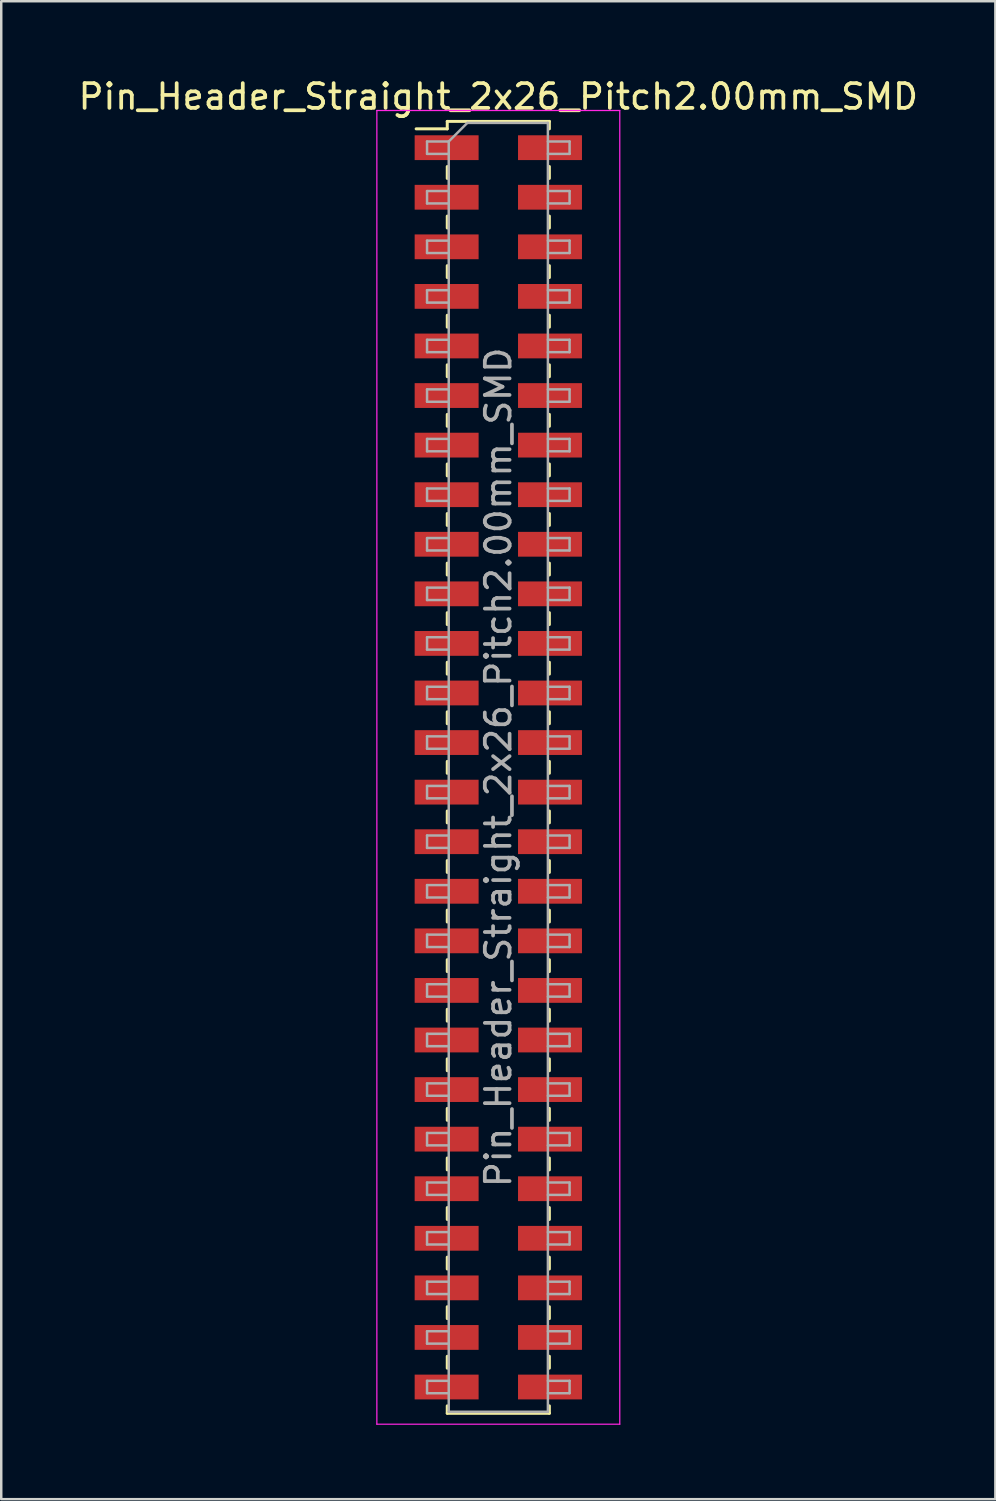
<source format=kicad_pcb>
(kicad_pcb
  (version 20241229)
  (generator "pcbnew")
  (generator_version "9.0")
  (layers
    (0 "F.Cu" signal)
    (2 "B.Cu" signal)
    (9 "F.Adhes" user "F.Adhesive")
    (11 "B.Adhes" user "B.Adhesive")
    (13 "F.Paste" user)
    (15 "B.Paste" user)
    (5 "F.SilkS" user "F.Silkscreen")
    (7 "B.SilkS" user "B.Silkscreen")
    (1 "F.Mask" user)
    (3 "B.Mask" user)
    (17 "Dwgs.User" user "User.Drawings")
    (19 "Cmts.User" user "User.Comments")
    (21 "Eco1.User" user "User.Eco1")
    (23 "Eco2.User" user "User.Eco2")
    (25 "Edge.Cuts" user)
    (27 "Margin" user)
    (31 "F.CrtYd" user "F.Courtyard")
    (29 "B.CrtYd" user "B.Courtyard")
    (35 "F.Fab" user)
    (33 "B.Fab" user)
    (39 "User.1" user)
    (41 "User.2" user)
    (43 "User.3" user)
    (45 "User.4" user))
  (footprint "Pin_Header_Straight_2x26_Pitch2.00mm_SMD"
    (layer "F.Cu")
    (at 17.054 27.908)
    (property "Reference" "Pin_Header_Straight_2x26_Pitch2.00mm_SMD" (at 0 -27.06 0) (layer "F.SilkS") (effects (font (size 1 1) (thickness 0.15))))
    (attr smd)
    (fp_line (start -3.315 -25.76) (end -2.06 -25.76) (stroke (width 0.12) (type solid)) (layer "F.SilkS"))
    (fp_line (start -2.06 -26.06) (end -2.06 -25.76) (stroke (width 0.12) (type solid)) (layer "F.SilkS"))
    (fp_line (start -2.06 -26.06) (end 2.06 -26.06) (stroke (width 0.12) (type solid)) (layer "F.SilkS"))
    (fp_line (start -2.06 -24.24) (end -2.06 -23.76) (stroke (width 0.12) (type solid)) (layer "F.SilkS"))
    (fp_line (start -2.06 -22.24) (end -2.06 -21.76) (stroke (width 0.12) (type solid)) (layer "F.SilkS"))
    (fp_line (start -2.06 -20.24) (end -2.06 -19.76) (stroke (width 0.12) (type solid)) (layer "F.SilkS"))
    (fp_line (start -2.06 -18.24) (end -2.06 -17.76) (stroke (width 0.12) (type solid)) (layer "F.SilkS"))
    (fp_line (start -2.06 -16.24) (end -2.06 -15.76) (stroke (width 0.12) (type solid)) (layer "F.SilkS"))
    (fp_line (start -2.06 -14.24) (end -2.06 -13.76) (stroke (width 0.12) (type solid)) (layer "F.SilkS"))
    (fp_line (start -2.06 -12.24) (end -2.06 -11.76) (stroke (width 0.12) (type solid)) (layer "F.SilkS"))
    (fp_line (start -2.06 -10.24) (end -2.06 -9.76) (stroke (width 0.12) (type solid)) (layer "F.SilkS"))
    (fp_line (start -2.06 -8.24) (end -2.06 -7.76) (stroke (width 0.12) (type solid)) (layer "F.SilkS"))
    (fp_line (start -2.06 -6.24) (end -2.06 -5.76) (stroke (width 0.12) (type solid)) (layer "F.SilkS"))
    (fp_line (start -2.06 -4.24) (end -2.06 -3.76) (stroke (width 0.12) (type solid)) (layer "F.SilkS"))
    (fp_line (start -2.06 -2.24) (end -2.06 -1.76) (stroke (width 0.12) (type solid)) (layer "F.SilkS"))
    (fp_line (start -2.06 -0.24) (end -2.06 0.24) (stroke (width 0.12) (type solid)) (layer "F.SilkS"))
    (fp_line (start -2.06 1.76) (end -2.06 2.24) (stroke (width 0.12) (type solid)) (layer "F.SilkS"))
    (fp_line (start -2.06 3.76) (end -2.06 4.24) (stroke (width 0.12) (type solid)) (layer "F.SilkS"))
    (fp_line (start -2.06 5.76) (end -2.06 6.24) (stroke (width 0.12) (type solid)) (layer "F.SilkS"))
    (fp_line (start -2.06 7.76) (end -2.06 8.24) (stroke (width 0.12) (type solid)) (layer "F.SilkS"))
    (fp_line (start -2.06 9.76) (end -2.06 10.24) (stroke (width 0.12) (type solid)) (layer "F.SilkS"))
    (fp_line (start -2.06 11.76) (end -2.06 12.24) (stroke (width 0.12) (type solid)) (layer "F.SilkS"))
    (fp_line (start -2.06 13.76) (end -2.06 14.24) (stroke (width 0.12) (type solid)) (layer "F.SilkS"))
    (fp_line (start -2.06 15.76) (end -2.06 16.24) (stroke (width 0.12) (type solid)) (layer "F.SilkS"))
    (fp_line (start -2.06 17.76) (end -2.06 18.24) (stroke (width 0.12) (type solid)) (layer "F.SilkS"))
    (fp_line (start -2.06 19.76) (end -2.06 20.24) (stroke (width 0.12) (type solid)) (layer "F.SilkS"))
    (fp_line (start -2.06 21.76) (end -2.06 22.24) (stroke (width 0.12) (type solid)) (layer "F.SilkS"))
    (fp_line (start -2.06 23.76) (end -2.06 24.24) (stroke (width 0.12) (type solid)) (layer "F.SilkS"))
    (fp_line (start -2.06 25.76) (end -2.06 26.06) (stroke (width 0.12) (type solid)) (layer "F.SilkS"))
    (fp_line (start -2.06 26.06) (end 2.06 26.06) (stroke (width 0.12) (type solid)) (layer "F.SilkS"))
    (fp_line (start 2.06 -26.06) (end 2.06 -25.76) (stroke (width 0.12) (type solid)) (layer "F.SilkS"))
    (fp_line (start 2.06 -24.24) (end 2.06 -23.76) (stroke (width 0.12) (type solid)) (layer "F.SilkS"))
    (fp_line (start 2.06 -22.24) (end 2.06 -21.76) (stroke (width 0.12) (type solid)) (layer "F.SilkS"))
    (fp_line (start 2.06 -20.24) (end 2.06 -19.76) (stroke (width 0.12) (type solid)) (layer "F.SilkS"))
    (fp_line (start 2.06 -18.24) (end 2.06 -17.76) (stroke (width 0.12) (type solid)) (layer "F.SilkS"))
    (fp_line (start 2.06 -16.24) (end 2.06 -15.76) (stroke (width 0.12) (type solid)) (layer "F.SilkS"))
    (fp_line (start 2.06 -14.24) (end 2.06 -13.76) (stroke (width 0.12) (type solid)) (layer "F.SilkS"))
    (fp_line (start 2.06 -12.24) (end 2.06 -11.76) (stroke (width 0.12) (type solid)) (layer "F.SilkS"))
    (fp_line (start 2.06 -10.24) (end 2.06 -9.76) (stroke (width 0.12) (type solid)) (layer "F.SilkS"))
    (fp_line (start 2.06 -8.24) (end 2.06 -7.76) (stroke (width 0.12) (type solid)) (layer "F.SilkS"))
    (fp_line (start 2.06 -6.24) (end 2.06 -5.76) (stroke (width 0.12) (type solid)) (layer "F.SilkS"))
    (fp_line (start 2.06 -4.24) (end 2.06 -3.76) (stroke (width 0.12) (type solid)) (layer "F.SilkS"))
    (fp_line (start 2.06 -2.24) (end 2.06 -1.76) (stroke (width 0.12) (type solid)) (layer "F.SilkS"))
    (fp_line (start 2.06 -0.24) (end 2.06 0.24) (stroke (width 0.12) (type solid)) (layer "F.SilkS"))
    (fp_line (start 2.06 1.76) (end 2.06 2.24) (stroke (width 0.12) (type solid)) (layer "F.SilkS"))
    (fp_line (start 2.06 3.76) (end 2.06 4.24) (stroke (width 0.12) (type solid)) (layer "F.SilkS"))
    (fp_line (start 2.06 5.76) (end 2.06 6.24) (stroke (width 0.12) (type solid)) (layer "F.SilkS"))
    (fp_line (start 2.06 7.76) (end 2.06 8.24) (stroke (width 0.12) (type solid)) (layer "F.SilkS"))
    (fp_line (start 2.06 9.76) (end 2.06 10.24) (stroke (width 0.12) (type solid)) (layer "F.SilkS"))
    (fp_line (start 2.06 11.76) (end 2.06 12.24) (stroke (width 0.12) (type solid)) (layer "F.SilkS"))
    (fp_line (start 2.06 13.76) (end 2.06 14.24) (stroke (width 0.12) (type solid)) (layer "F.SilkS"))
    (fp_line (start 2.06 15.76) (end 2.06 16.24) (stroke (width 0.12) (type solid)) (layer "F.SilkS"))
    (fp_line (start 2.06 17.76) (end 2.06 18.24) (stroke (width 0.12) (type solid)) (layer "F.SilkS"))
    (fp_line (start 2.06 19.76) (end 2.06 20.24) (stroke (width 0.12) (type solid)) (layer "F.SilkS"))
    (fp_line (start 2.06 21.76) (end 2.06 22.24) (stroke (width 0.12) (type solid)) (layer "F.SilkS"))
    (fp_line (start 2.06 23.76) (end 2.06 24.24) (stroke (width 0.12) (type solid)) (layer "F.SilkS"))
    (fp_line (start 2.06 25.76) (end 2.06 26.06) (stroke (width 0.12) (type solid)) (layer "F.SilkS"))
    (fp_line (start -4.9 -26.5) (end -4.9 26.5) (stroke (width 0.05) (type solid)) (layer "F.CrtYd"))
    (fp_line (start -4.9 26.5) (end 4.9 26.5) (stroke (width 0.05) (type solid)) (layer "F.CrtYd"))
    (fp_line (start 4.9 -26.5) (end -4.9 -26.5) (stroke (width 0.05) (type solid)) (layer "F.CrtYd"))
    (fp_line (start 4.9 26.5) (end 4.9 -26.5) (stroke (width 0.05) (type solid)) (layer "F.CrtYd"))
    (fp_line (start -2.875 -25.25) (end -2.875 -24.75) (stroke (width 0.1) (type solid)) (layer "F.Fab"))
    (fp_line (start -2.875 -24.75) (end -2 -24.75) (stroke (width 0.1) (type solid)) (layer "F.Fab"))
    (fp_line (start -2.875 -23.25) (end -2.875 -22.75) (stroke (width 0.1) (type solid)) (layer "F.Fab"))
    (fp_line (start -2.875 -22.75) (end -2 -22.75) (stroke (width 0.1) (type solid)) (layer "F.Fab"))
    (fp_line (start -2.875 -21.25) (end -2.875 -20.75) (stroke (width 0.1) (type solid)) (layer "F.Fab"))
    (fp_line (start -2.875 -20.75) (end -2 -20.75) (stroke (width 0.1) (type solid)) (layer "F.Fab"))
    (fp_line (start -2.875 -19.25) (end -2.875 -18.75) (stroke (width 0.1) (type solid)) (layer "F.Fab"))
    (fp_line (start -2.875 -18.75) (end -2 -18.75) (stroke (width 0.1) (type solid)) (layer "F.Fab"))
    (fp_line (start -2.875 -17.25) (end -2.875 -16.75) (stroke (width 0.1) (type solid)) (layer "F.Fab"))
    (fp_line (start -2.875 -16.75) (end -2 -16.75) (stroke (width 0.1) (type solid)) (layer "F.Fab"))
    (fp_line (start -2.875 -15.25) (end -2.875 -14.75) (stroke (width 0.1) (type solid)) (layer "F.Fab"))
    (fp_line (start -2.875 -14.75) (end -2 -14.75) (stroke (width 0.1) (type solid)) (layer "F.Fab"))
    (fp_line (start -2.875 -13.25) (end -2.875 -12.75) (stroke (width 0.1) (type solid)) (layer "F.Fab"))
    (fp_line (start -2.875 -12.75) (end -2 -12.75) (stroke (width 0.1) (type solid)) (layer "F.Fab"))
    (fp_line (start -2.875 -11.25) (end -2.875 -10.75) (stroke (width 0.1) (type solid)) (layer "F.Fab"))
    (fp_line (start -2.875 -10.75) (end -2 -10.75) (stroke (width 0.1) (type solid)) (layer "F.Fab"))
    (fp_line (start -2.875 -9.25) (end -2.875 -8.75) (stroke (width 0.1) (type solid)) (layer "F.Fab"))
    (fp_line (start -2.875 -8.75) (end -2 -8.75) (stroke (width 0.1) (type solid)) (layer "F.Fab"))
    (fp_line (start -2.875 -7.25) (end -2.875 -6.75) (stroke (width 0.1) (type solid)) (layer "F.Fab"))
    (fp_line (start -2.875 -6.75) (end -2 -6.75) (stroke (width 0.1) (type solid)) (layer "F.Fab"))
    (fp_line (start -2.875 -5.25) (end -2.875 -4.75) (stroke (width 0.1) (type solid)) (layer "F.Fab"))
    (fp_line (start -2.875 -4.75) (end -2 -4.75) (stroke (width 0.1) (type solid)) (layer "F.Fab"))
    (fp_line (start -2.875 -3.25) (end -2.875 -2.75) (stroke (width 0.1) (type solid)) (layer "F.Fab"))
    (fp_line (start -2.875 -2.75) (end -2 -2.75) (stroke (width 0.1) (type solid)) (layer "F.Fab"))
    (fp_line (start -2.875 -1.25) (end -2.875 -0.75) (stroke (width 0.1) (type solid)) (layer "F.Fab"))
    (fp_line (start -2.875 -0.75) (end -2 -0.75) (stroke (width 0.1) (type solid)) (layer "F.Fab"))
    (fp_line (start -2.875 0.75) (end -2.875 1.25) (stroke (width 0.1) (type solid)) (layer "F.Fab"))
    (fp_line (start -2.875 1.25) (end -2 1.25) (stroke (width 0.1) (type solid)) (layer "F.Fab"))
    (fp_line (start -2.875 2.75) (end -2.875 3.25) (stroke (width 0.1) (type solid)) (layer "F.Fab"))
    (fp_line (start -2.875 3.25) (end -2 3.25) (stroke (width 0.1) (type solid)) (layer "F.Fab"))
    (fp_line (start -2.875 4.75) (end -2.875 5.25) (stroke (width 0.1) (type solid)) (layer "F.Fab"))
    (fp_line (start -2.875 5.25) (end -2 5.25) (stroke (width 0.1) (type solid)) (layer "F.Fab"))
    (fp_line (start -2.875 6.75) (end -2.875 7.25) (stroke (width 0.1) (type solid)) (layer "F.Fab"))
    (fp_line (start -2.875 7.25) (end -2 7.25) (stroke (width 0.1) (type solid)) (layer "F.Fab"))
    (fp_line (start -2.875 8.75) (end -2.875 9.25) (stroke (width 0.1) (type solid)) (layer "F.Fab"))
    (fp_line (start -2.875 9.25) (end -2 9.25) (stroke (width 0.1) (type solid)) (layer "F.Fab"))
    (fp_line (start -2.875 10.75) (end -2.875 11.25) (stroke (width 0.1) (type solid)) (layer "F.Fab"))
    (fp_line (start -2.875 11.25) (end -2 11.25) (stroke (width 0.1) (type solid)) (layer "F.Fab"))
    (fp_line (start -2.875 12.75) (end -2.875 13.25) (stroke (width 0.1) (type solid)) (layer "F.Fab"))
    (fp_line (start -2.875 13.25) (end -2 13.25) (stroke (width 0.1) (type solid)) (layer "F.Fab"))
    (fp_line (start -2.875 14.75) (end -2.875 15.25) (stroke (width 0.1) (type solid)) (layer "F.Fab"))
    (fp_line (start -2.875 15.25) (end -2 15.25) (stroke (width 0.1) (type solid)) (layer "F.Fab"))
    (fp_line (start -2.875 16.75) (end -2.875 17.25) (stroke (width 0.1) (type solid)) (layer "F.Fab"))
    (fp_line (start -2.875 17.25) (end -2 17.25) (stroke (width 0.1) (type solid)) (layer "F.Fab"))
    (fp_line (start -2.875 18.75) (end -2.875 19.25) (stroke (width 0.1) (type solid)) (layer "F.Fab"))
    (fp_line (start -2.875 19.25) (end -2 19.25) (stroke (width 0.1) (type solid)) (layer "F.Fab"))
    (fp_line (start -2.875 20.75) (end -2.875 21.25) (stroke (width 0.1) (type solid)) (layer "F.Fab"))
    (fp_line (start -2.875 21.25) (end -2 21.25) (stroke (width 0.1) (type solid)) (layer "F.Fab"))
    (fp_line (start -2.875 22.75) (end -2.875 23.25) (stroke (width 0.1) (type solid)) (layer "F.Fab"))
    (fp_line (start -2.875 23.25) (end -2 23.25) (stroke (width 0.1) (type solid)) (layer "F.Fab"))
    (fp_line (start -2.875 24.75) (end -2.875 25.25) (stroke (width 0.1) (type solid)) (layer "F.Fab"))
    (fp_line (start -2.875 25.25) (end -2 25.25) (stroke (width 0.1) (type solid)) (layer "F.Fab"))
    (fp_line (start -2 -25.25) (end -2.875 -25.25) (stroke (width 0.1) (type solid)) (layer "F.Fab"))
    (fp_line (start -2 -25.25) (end -1.25 -26) (stroke (width 0.1) (type solid)) (layer "F.Fab"))
    (fp_line (start -2 -23.25) (end -2.875 -23.25) (stroke (width 0.1) (type solid)) (layer "F.Fab"))
    (fp_line (start -2 -21.25) (end -2.875 -21.25) (stroke (width 0.1) (type solid)) (layer "F.Fab"))
    (fp_line (start -2 -19.25) (end -2.875 -19.25) (stroke (width 0.1) (type solid)) (layer "F.Fab"))
    (fp_line (start -2 -17.25) (end -2.875 -17.25) (stroke (width 0.1) (type solid)) (layer "F.Fab"))
    (fp_line (start -2 -15.25) (end -2.875 -15.25) (stroke (width 0.1) (type solid)) (layer "F.Fab"))
    (fp_line (start -2 -13.25) (end -2.875 -13.25) (stroke (width 0.1) (type solid)) (layer "F.Fab"))
    (fp_line (start -2 -11.25) (end -2.875 -11.25) (stroke (width 0.1) (type solid)) (layer "F.Fab"))
    (fp_line (start -2 -9.25) (end -2.875 -9.25) (stroke (width 0.1) (type solid)) (layer "F.Fab"))
    (fp_line (start -2 -7.25) (end -2.875 -7.25) (stroke (width 0.1) (type solid)) (layer "F.Fab"))
    (fp_line (start -2 -5.25) (end -2.875 -5.25) (stroke (width 0.1) (type solid)) (layer "F.Fab"))
    (fp_line (start -2 -3.25) (end -2.875 -3.25) (stroke (width 0.1) (type solid)) (layer "F.Fab"))
    (fp_line (start -2 -1.25) (end -2.875 -1.25) (stroke (width 0.1) (type solid)) (layer "F.Fab"))
    (fp_line (start -2 0.75) (end -2.875 0.75) (stroke (width 0.1) (type solid)) (layer "F.Fab"))
    (fp_line (start -2 2.75) (end -2.875 2.75) (stroke (width 0.1) (type solid)) (layer "F.Fab"))
    (fp_line (start -2 4.75) (end -2.875 4.75) (stroke (width 0.1) (type solid)) (layer "F.Fab"))
    (fp_line (start -2 6.75) (end -2.875 6.75) (stroke (width 0.1) (type solid)) (layer "F.Fab"))
    (fp_line (start -2 8.75) (end -2.875 8.75) (stroke (width 0.1) (type solid)) (layer "F.Fab"))
    (fp_line (start -2 10.75) (end -2.875 10.75) (stroke (width 0.1) (type solid)) (layer "F.Fab"))
    (fp_line (start -2 12.75) (end -2.875 12.75) (stroke (width 0.1) (type solid)) (layer "F.Fab"))
    (fp_line (start -2 14.75) (end -2.875 14.75) (stroke (width 0.1) (type solid)) (layer "F.Fab"))
    (fp_line (start -2 16.75) (end -2.875 16.75) (stroke (width 0.1) (type solid)) (layer "F.Fab"))
    (fp_line (start -2 18.75) (end -2.875 18.75) (stroke (width 0.1) (type solid)) (layer "F.Fab"))
    (fp_line (start -2 20.75) (end -2.875 20.75) (stroke (width 0.1) (type solid)) (layer "F.Fab"))
    (fp_line (start -2 22.75) (end -2.875 22.75) (stroke (width 0.1) (type solid)) (layer "F.Fab"))
    (fp_line (start -2 24.75) (end -2.875 24.75) (stroke (width 0.1) (type solid)) (layer "F.Fab"))
    (fp_line (start -2 26) (end -2 -25.25) (stroke (width 0.1) (type solid)) (layer "F.Fab"))
    (fp_line (start -1.25 -26) (end 2 -26) (stroke (width 0.1) (type solid)) (layer "F.Fab"))
    (fp_line (start 2 -26) (end 2 26) (stroke (width 0.1) (type solid)) (layer "F.Fab"))
    (fp_line (start 2 -25.25) (end 2.875 -25.25) (stroke (width 0.1) (type solid)) (layer "F.Fab"))
    (fp_line (start 2 -23.25) (end 2.875 -23.25) (stroke (width 0.1) (type solid)) (layer "F.Fab"))
    (fp_line (start 2 -21.25) (end 2.875 -21.25) (stroke (width 0.1) (type solid)) (layer "F.Fab"))
    (fp_line (start 2 -19.25) (end 2.875 -19.25) (stroke (width 0.1) (type solid)) (layer "F.Fab"))
    (fp_line (start 2 -17.25) (end 2.875 -17.25) (stroke (width 0.1) (type solid)) (layer "F.Fab"))
    (fp_line (start 2 -15.25) (end 2.875 -15.25) (stroke (width 0.1) (type solid)) (layer "F.Fab"))
    (fp_line (start 2 -13.25) (end 2.875 -13.25) (stroke (width 0.1) (type solid)) (layer "F.Fab"))
    (fp_line (start 2 -11.25) (end 2.875 -11.25) (stroke (width 0.1) (type solid)) (layer "F.Fab"))
    (fp_line (start 2 -9.25) (end 2.875 -9.25) (stroke (width 0.1) (type solid)) (layer "F.Fab"))
    (fp_line (start 2 -7.25) (end 2.875 -7.25) (stroke (width 0.1) (type solid)) (layer "F.Fab"))
    (fp_line (start 2 -5.25) (end 2.875 -5.25) (stroke (width 0.1) (type solid)) (layer "F.Fab"))
    (fp_line (start 2 -3.25) (end 2.875 -3.25) (stroke (width 0.1) (type solid)) (layer "F.Fab"))
    (fp_line (start 2 -1.25) (end 2.875 -1.25) (stroke (width 0.1) (type solid)) (layer "F.Fab"))
    (fp_line (start 2 0.75) (end 2.875 0.75) (stroke (width 0.1) (type solid)) (layer "F.Fab"))
    (fp_line (start 2 2.75) (end 2.875 2.75) (stroke (width 0.1) (type solid)) (layer "F.Fab"))
    (fp_line (start 2 4.75) (end 2.875 4.75) (stroke (width 0.1) (type solid)) (layer "F.Fab"))
    (fp_line (start 2 6.75) (end 2.875 6.75) (stroke (width 0.1) (type solid)) (layer "F.Fab"))
    (fp_line (start 2 8.75) (end 2.875 8.75) (stroke (width 0.1) (type solid)) (layer "F.Fab"))
    (fp_line (start 2 10.75) (end 2.875 10.75) (stroke (width 0.1) (type solid)) (layer "F.Fab"))
    (fp_line (start 2 12.75) (end 2.875 12.75) (stroke (width 0.1) (type solid)) (layer "F.Fab"))
    (fp_line (start 2 14.75) (end 2.875 14.75) (stroke (width 0.1) (type solid)) (layer "F.Fab"))
    (fp_line (start 2 16.75) (end 2.875 16.75) (stroke (width 0.1) (type solid)) (layer "F.Fab"))
    (fp_line (start 2 18.75) (end 2.875 18.75) (stroke (width 0.1) (type solid)) (layer "F.Fab"))
    (fp_line (start 2 20.75) (end 2.875 20.75) (stroke (width 0.1) (type solid)) (layer "F.Fab"))
    (fp_line (start 2 22.75) (end 2.875 22.75) (stroke (width 0.1) (type solid)) (layer "F.Fab"))
    (fp_line (start 2 24.75) (end 2.875 24.75) (stroke (width 0.1) (type solid)) (layer "F.Fab"))
    (fp_line (start 2 26) (end -2 26) (stroke (width 0.1) (type solid)) (layer "F.Fab"))
    (fp_line (start 2.875 -25.25) (end 2.875 -24.75) (stroke (width 0.1) (type solid)) (layer "F.Fab"))
    (fp_line (start 2.875 -24.75) (end 2 -24.75) (stroke (width 0.1) (type solid)) (layer "F.Fab"))
    (fp_line (start 2.875 -23.25) (end 2.875 -22.75) (stroke (width 0.1) (type solid)) (layer "F.Fab"))
    (fp_line (start 2.875 -22.75) (end 2 -22.75) (stroke (width 0.1) (type solid)) (layer "F.Fab"))
    (fp_line (start 2.875 -21.25) (end 2.875 -20.75) (stroke (width 0.1) (type solid)) (layer "F.Fab"))
    (fp_line (start 2.875 -20.75) (end 2 -20.75) (stroke (width 0.1) (type solid)) (layer "F.Fab"))
    (fp_line (start 2.875 -19.25) (end 2.875 -18.75) (stroke (width 0.1) (type solid)) (layer "F.Fab"))
    (fp_line (start 2.875 -18.75) (end 2 -18.75) (stroke (width 0.1) (type solid)) (layer "F.Fab"))
    (fp_line (start 2.875 -17.25) (end 2.875 -16.75) (stroke (width 0.1) (type solid)) (layer "F.Fab"))
    (fp_line (start 2.875 -16.75) (end 2 -16.75) (stroke (width 0.1) (type solid)) (layer "F.Fab"))
    (fp_line (start 2.875 -15.25) (end 2.875 -14.75) (stroke (width 0.1) (type solid)) (layer "F.Fab"))
    (fp_line (start 2.875 -14.75) (end 2 -14.75) (stroke (width 0.1) (type solid)) (layer "F.Fab"))
    (fp_line (start 2.875 -13.25) (end 2.875 -12.75) (stroke (width 0.1) (type solid)) (layer "F.Fab"))
    (fp_line (start 2.875 -12.75) (end 2 -12.75) (stroke (width 0.1) (type solid)) (layer "F.Fab"))
    (fp_line (start 2.875 -11.25) (end 2.875 -10.75) (stroke (width 0.1) (type solid)) (layer "F.Fab"))
    (fp_line (start 2.875 -10.75) (end 2 -10.75) (stroke (width 0.1) (type solid)) (layer "F.Fab"))
    (fp_line (start 2.875 -9.25) (end 2.875 -8.75) (stroke (width 0.1) (type solid)) (layer "F.Fab"))
    (fp_line (start 2.875 -8.75) (end 2 -8.75) (stroke (width 0.1) (type solid)) (layer "F.Fab"))
    (fp_line (start 2.875 -7.25) (end 2.875 -6.75) (stroke (width 0.1) (type solid)) (layer "F.Fab"))
    (fp_line (start 2.875 -6.75) (end 2 -6.75) (stroke (width 0.1) (type solid)) (layer "F.Fab"))
    (fp_line (start 2.875 -5.25) (end 2.875 -4.75) (stroke (width 0.1) (type solid)) (layer "F.Fab"))
    (fp_line (start 2.875 -4.75) (end 2 -4.75) (stroke (width 0.1) (type solid)) (layer "F.Fab"))
    (fp_line (start 2.875 -3.25) (end 2.875 -2.75) (stroke (width 0.1) (type solid)) (layer "F.Fab"))
    (fp_line (start 2.875 -2.75) (end 2 -2.75) (stroke (width 0.1) (type solid)) (layer "F.Fab"))
    (fp_line (start 2.875 -1.25) (end 2.875 -0.75) (stroke (width 0.1) (type solid)) (layer "F.Fab"))
    (fp_line (start 2.875 -0.75) (end 2 -0.75) (stroke (width 0.1) (type solid)) (layer "F.Fab"))
    (fp_line (start 2.875 0.75) (end 2.875 1.25) (stroke (width 0.1) (type solid)) (layer "F.Fab"))
    (fp_line (start 2.875 1.25) (end 2 1.25) (stroke (width 0.1) (type solid)) (layer "F.Fab"))
    (fp_line (start 2.875 2.75) (end 2.875 3.25) (stroke (width 0.1) (type solid)) (layer "F.Fab"))
    (fp_line (start 2.875 3.25) (end 2 3.25) (stroke (width 0.1) (type solid)) (layer "F.Fab"))
    (fp_line (start 2.875 4.75) (end 2.875 5.25) (stroke (width 0.1) (type solid)) (layer "F.Fab"))
    (fp_line (start 2.875 5.25) (end 2 5.25) (stroke (width 0.1) (type solid)) (layer "F.Fab"))
    (fp_line (start 2.875 6.75) (end 2.875 7.25) (stroke (width 0.1) (type solid)) (layer "F.Fab"))
    (fp_line (start 2.875 7.25) (end 2 7.25) (stroke (width 0.1) (type solid)) (layer "F.Fab"))
    (fp_line (start 2.875 8.75) (end 2.875 9.25) (stroke (width 0.1) (type solid)) (layer "F.Fab"))
    (fp_line (start 2.875 9.25) (end 2 9.25) (stroke (width 0.1) (type solid)) (layer "F.Fab"))
    (fp_line (start 2.875 10.75) (end 2.875 11.25) (stroke (width 0.1) (type solid)) (layer "F.Fab"))
    (fp_line (start 2.875 11.25) (end 2 11.25) (stroke (width 0.1) (type solid)) (layer "F.Fab"))
    (fp_line (start 2.875 12.75) (end 2.875 13.25) (stroke (width 0.1) (type solid)) (layer "F.Fab"))
    (fp_line (start 2.875 13.25) (end 2 13.25) (stroke (width 0.1) (type solid)) (layer "F.Fab"))
    (fp_line (start 2.875 14.75) (end 2.875 15.25) (stroke (width 0.1) (type solid)) (layer "F.Fab"))
    (fp_line (start 2.875 15.25) (end 2 15.25) (stroke (width 0.1) (type solid)) (layer "F.Fab"))
    (fp_line (start 2.875 16.75) (end 2.875 17.25) (stroke (width 0.1) (type solid)) (layer "F.Fab"))
    (fp_line (start 2.875 17.25) (end 2 17.25) (stroke (width 0.1) (type solid)) (layer "F.Fab"))
    (fp_line (start 2.875 18.75) (end 2.875 19.25) (stroke (width 0.1) (type solid)) (layer "F.Fab"))
    (fp_line (start 2.875 19.25) (end 2 19.25) (stroke (width 0.1) (type solid)) (layer "F.Fab"))
    (fp_line (start 2.875 20.75) (end 2.875 21.25) (stroke (width 0.1) (type solid)) (layer "F.Fab"))
    (fp_line (start 2.875 21.25) (end 2 21.25) (stroke (width 0.1) (type solid)) (layer "F.Fab"))
    (fp_line (start 2.875 22.75) (end 2.875 23.25) (stroke (width 0.1) (type solid)) (layer "F.Fab"))
    (fp_line (start 2.875 23.25) (end 2 23.25) (stroke (width 0.1) (type solid)) (layer "F.Fab"))
    (fp_line (start 2.875 24.75) (end 2.875 25.25) (stroke (width 0.1) (type solid)) (layer "F.Fab"))
    (fp_line (start 2.875 25.25) (end 2 25.25) (stroke (width 0.1) (type solid)) (layer "F.Fab"))
    (fp_text user "${REFERENCE}" (at 0 0 90) (layer "F.Fab") (effects (font (size 1 1) (thickness 0.15))))
    (pad "1" smd rect (at -2.085 -25) (size 2.58 1) (layers "F.Cu" "F.Mask" "F.Paste"))
    (pad "2" smd rect (at 2.085 -25) (size 2.58 1) (layers "F.Cu" "F.Mask" "F.Paste"))
    (pad "3" smd rect (at -2.085 -23) (size 2.58 1) (layers "F.Cu" "F.Mask" "F.Paste"))
    (pad "4" smd rect (at 2.085 -23) (size 2.58 1) (layers "F.Cu" "F.Mask" "F.Paste"))
    (pad "5" smd rect (at -2.085 -21) (size 2.58 1) (layers "F.Cu" "F.Mask" "F.Paste"))
    (pad "6" smd rect (at 2.085 -21) (size 2.58 1) (layers "F.Cu" "F.Mask" "F.Paste"))
    (pad "7" smd rect (at -2.085 -19) (size 2.58 1) (layers "F.Cu" "F.Mask" "F.Paste"))
    (pad "8" smd rect (at 2.085 -19) (size 2.58 1) (layers "F.Cu" "F.Mask" "F.Paste"))
    (pad "9" smd rect (at -2.085 -17) (size 2.58 1) (layers "F.Cu" "F.Mask" "F.Paste"))
    (pad "10" smd rect (at 2.085 -17) (size 2.58 1) (layers "F.Cu" "F.Mask" "F.Paste"))
    (pad "11" smd rect (at -2.085 -15) (size 2.58 1) (layers "F.Cu" "F.Mask" "F.Paste"))
    (pad "12" smd rect (at 2.085 -15) (size 2.58 1) (layers "F.Cu" "F.Mask" "F.Paste"))
    (pad "13" smd rect (at -2.085 -13) (size 2.58 1) (layers "F.Cu" "F.Mask" "F.Paste"))
    (pad "14" smd rect (at 2.085 -13) (size 2.58 1) (layers "F.Cu" "F.Mask" "F.Paste"))
    (pad "15" smd rect (at -2.085 -11) (size 2.58 1) (layers "F.Cu" "F.Mask" "F.Paste"))
    (pad "16" smd rect (at 2.085 -11) (size 2.58 1) (layers "F.Cu" "F.Mask" "F.Paste"))
    (pad "17" smd rect (at -2.085 -9) (size 2.58 1) (layers "F.Cu" "F.Mask" "F.Paste"))
    (pad "18" smd rect (at 2.085 -9) (size 2.58 1) (layers "F.Cu" "F.Mask" "F.Paste"))
    (pad "19" smd rect (at -2.085 -7) (size 2.58 1) (layers "F.Cu" "F.Mask" "F.Paste"))
    (pad "20" smd rect (at 2.085 -7) (size 2.58 1) (layers "F.Cu" "F.Mask" "F.Paste"))
    (pad "21" smd rect (at -2.085 -5) (size 2.58 1) (layers "F.Cu" "F.Mask" "F.Paste"))
    (pad "22" smd rect (at 2.085 -5) (size 2.58 1) (layers "F.Cu" "F.Mask" "F.Paste"))
    (pad "23" smd rect (at -2.085 -3) (size 2.58 1) (layers "F.Cu" "F.Mask" "F.Paste"))
    (pad "24" smd rect (at 2.085 -3) (size 2.58 1) (layers "F.Cu" "F.Mask" "F.Paste"))
    (pad "25" smd rect (at -2.085 -1) (size 2.58 1) (layers "F.Cu" "F.Mask" "F.Paste"))
    (pad "26" smd rect (at 2.085 -1) (size 2.58 1) (layers "F.Cu" "F.Mask" "F.Paste"))
    (pad "27" smd rect (at -2.085 1) (size 2.58 1) (layers "F.Cu" "F.Mask" "F.Paste"))
    (pad "28" smd rect (at 2.085 1) (size 2.58 1) (layers "F.Cu" "F.Mask" "F.Paste"))
    (pad "29" smd rect (at -2.085 3) (size 2.58 1) (layers "F.Cu" "F.Mask" "F.Paste"))
    (pad "30" smd rect (at 2.085 3) (size 2.58 1) (layers "F.Cu" "F.Mask" "F.Paste"))
    (pad "31" smd rect (at -2.085 5) (size 2.58 1) (layers "F.Cu" "F.Mask" "F.Paste"))
    (pad "32" smd rect (at 2.085 5) (size 2.58 1) (layers "F.Cu" "F.Mask" "F.Paste"))
    (pad "33" smd rect (at -2.085 7) (size 2.58 1) (layers "F.Cu" "F.Mask" "F.Paste"))
    (pad "34" smd rect (at 2.085 7) (size 2.58 1) (layers "F.Cu" "F.Mask" "F.Paste"))
    (pad "35" smd rect (at -2.085 9) (size 2.58 1) (layers "F.Cu" "F.Mask" "F.Paste"))
    (pad "36" smd rect (at 2.085 9) (size 2.58 1) (layers "F.Cu" "F.Mask" "F.Paste"))
    (pad "37" smd rect (at -2.085 11) (size 2.58 1) (layers "F.Cu" "F.Mask" "F.Paste"))
    (pad "38" smd rect (at 2.085 11) (size 2.58 1) (layers "F.Cu" "F.Mask" "F.Paste"))
    (pad "39" smd rect (at -2.085 13) (size 2.58 1) (layers "F.Cu" "F.Mask" "F.Paste"))
    (pad "40" smd rect (at 2.085 13) (size 2.58 1) (layers "F.Cu" "F.Mask" "F.Paste"))
    (pad "41" smd rect (at -2.085 15) (size 2.58 1) (layers "F.Cu" "F.Mask" "F.Paste"))
    (pad "42" smd rect (at 2.085 15) (size 2.58 1) (layers "F.Cu" "F.Mask" "F.Paste"))
    (pad "43" smd rect (at -2.085 17) (size 2.58 1) (layers "F.Cu" "F.Mask" "F.Paste"))
    (pad "44" smd rect (at 2.085 17) (size 2.58 1) (layers "F.Cu" "F.Mask" "F.Paste"))
    (pad "45" smd rect (at -2.085 19) (size 2.58 1) (layers "F.Cu" "F.Mask" "F.Paste"))
    (pad "46" smd rect (at 2.085 19) (size 2.58 1) (layers "F.Cu" "F.Mask" "F.Paste"))
    (pad "47" smd rect (at -2.085 21) (size 2.58 1) (layers "F.Cu" "F.Mask" "F.Paste"))
    (pad "48" smd rect (at 2.085 21) (size 2.58 1) (layers "F.Cu" "F.Mask" "F.Paste"))
    (pad "49" smd rect (at -2.085 23) (size 2.58 1) (layers "F.Cu" "F.Mask" "F.Paste"))
    (pad "50" smd rect (at 2.085 23) (size 2.58 1) (layers "F.Cu" "F.Mask" "F.Paste"))
    (pad "51" smd rect (at -2.085 25) (size 2.58 1) (layers "F.Cu" "F.Mask" "F.Paste"))
    (pad "52" smd rect (at 2.085 25) (size 2.58 1) (layers "F.Cu" "F.Mask" "F.Paste")))
  (gr_rect
    (start -3 -3)
    (end 37.107 57.433)
    (stroke (width 0.1) (type default))
    (fill no)
    (layer "Edge.Cuts")))
</source>
